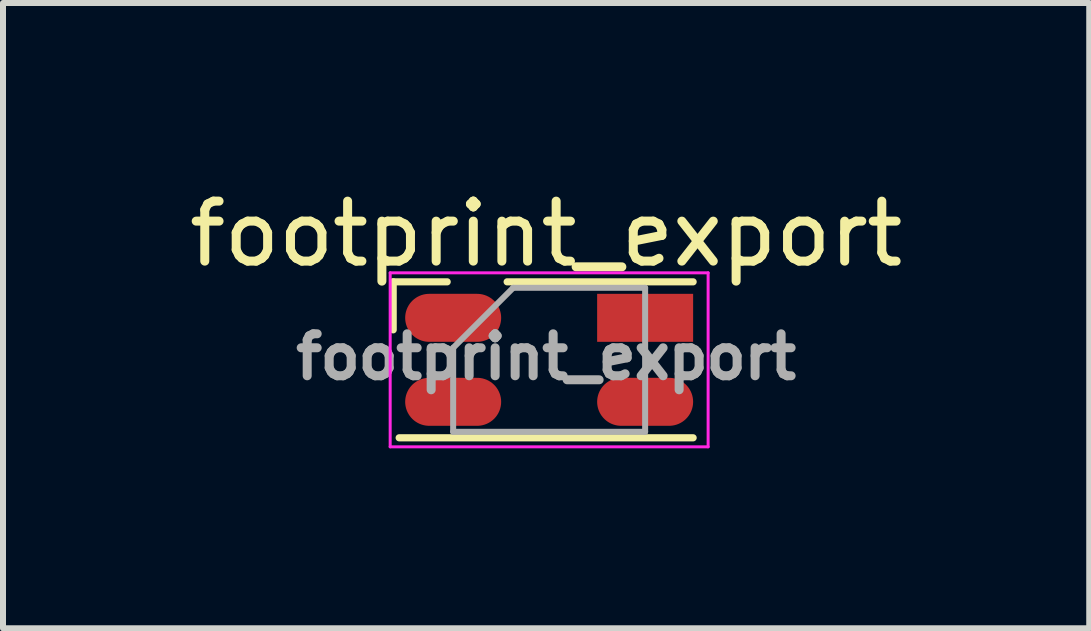
<source format=kicad_pcb>
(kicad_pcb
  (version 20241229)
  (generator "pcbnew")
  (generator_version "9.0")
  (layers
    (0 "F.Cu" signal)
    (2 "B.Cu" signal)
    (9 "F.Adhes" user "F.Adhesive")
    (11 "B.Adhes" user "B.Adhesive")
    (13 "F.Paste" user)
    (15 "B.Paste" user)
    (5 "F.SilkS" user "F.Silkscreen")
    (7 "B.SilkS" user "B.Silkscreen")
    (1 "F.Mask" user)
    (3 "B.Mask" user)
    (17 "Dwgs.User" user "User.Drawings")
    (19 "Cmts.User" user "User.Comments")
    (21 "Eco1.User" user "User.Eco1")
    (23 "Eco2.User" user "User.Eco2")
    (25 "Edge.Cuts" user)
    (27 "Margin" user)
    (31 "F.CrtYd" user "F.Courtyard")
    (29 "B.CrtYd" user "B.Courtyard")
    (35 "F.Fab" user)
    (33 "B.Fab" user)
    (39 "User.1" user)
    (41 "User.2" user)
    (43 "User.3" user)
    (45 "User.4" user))
  (footprint "footprint_export"
    (layer "F.Cu")
    (at 6.104 2.948)
    (property "Reference" "footprint_export" (at -0.05 -2.1 0) (layer "F.SilkS") (effects (font (size 1 1) (thickness 0.15))))
    (attr smd)
    (fp_line (start -2.6 -1.3) (end -2.6 -0.5) (stroke (width 0.12) (type solid)) (layer "F.SilkS"))
    (fp_line (start -2.6 -1.3) (end -1.7 -1.3) (stroke (width 0.12) (type solid)) (layer "F.SilkS"))
    (fp_line (start -2.5 1.3) (end 2.4 1.3) (stroke (width 0.12) (type solid)) (layer "F.SilkS"))
    (fp_line (start 2.4 -1.3) (end -0.7 -1.3) (stroke (width 0.12) (type solid)) (layer "F.SilkS"))
    (fp_line (start -2.65 -1.45) (end -2.65 1.45) (stroke (width 0.05) (type solid)) (layer "F.CrtYd"))
    (fp_line (start -2.65 1.45) (end 2.65 1.45) (stroke (width 0.05) (type solid)) (layer "F.CrtYd"))
    (fp_line (start 2.65 -1.45) (end -2.65 -1.45) (stroke (width 0.05) (type solid)) (layer "F.CrtYd"))
    (fp_line (start 2.65 1.45) (end 2.65 -1.45) (stroke (width 0.05) (type solid)) (layer "F.CrtYd"))
    (fp_line (start -1.6 1.2) (end -1.6 -0.2) (stroke (width 0.1) (type solid)) (layer "F.Fab"))
    (fp_line (start -0.6 -1.2) (end -1.6 -0.2) (stroke (width 0.1) (type solid)) (layer "F.Fab"))
    (fp_line (start -0.6 -1.2) (end 1.6 -1.2) (stroke (width 0.1) (type solid)) (layer "F.Fab"))
    (fp_line (start 1.6 -1.2) (end 1.6 1.2) (stroke (width 0.1) (type solid)) (layer "F.Fab"))
    (fp_line (start 1.6 1.2) (end -1.6 1.2) (stroke (width 0.1) (type solid)) (layer "F.Fab"))
    (fp_text user "${REFERENCE}" (at -0.05 -0.05 0) (layer "F.Fab") (effects (font (size 0.7 0.7) (thickness 0.15))))
    (pad "1" smd rect (at 1.6 -0.7 180) (size 1.6 0.8) (layers "F.Cu" "F.Mask" "F.Paste"))
    (pad "2" smd oval (at -1.6 -0.7 180) (size 1.6 0.8) (layers "F.Cu" "F.Mask" "F.Paste"))
    (pad "3" smd oval (at 1.6 0.7 180) (size 1.6 0.8) (layers "F.Cu" "F.Mask" "F.Paste"))
    (pad "4" smd oval (at -1.6 0.7 180) (size 1.6 0.8) (layers "F.Cu" "F.Mask" "F.Paste")))
  (gr_rect
    (start -3 -3)
    (end 15.107 7.423)
    (stroke (width 0.1) (type default))
    (fill no)
    (layer "Edge.Cuts")))
</source>
